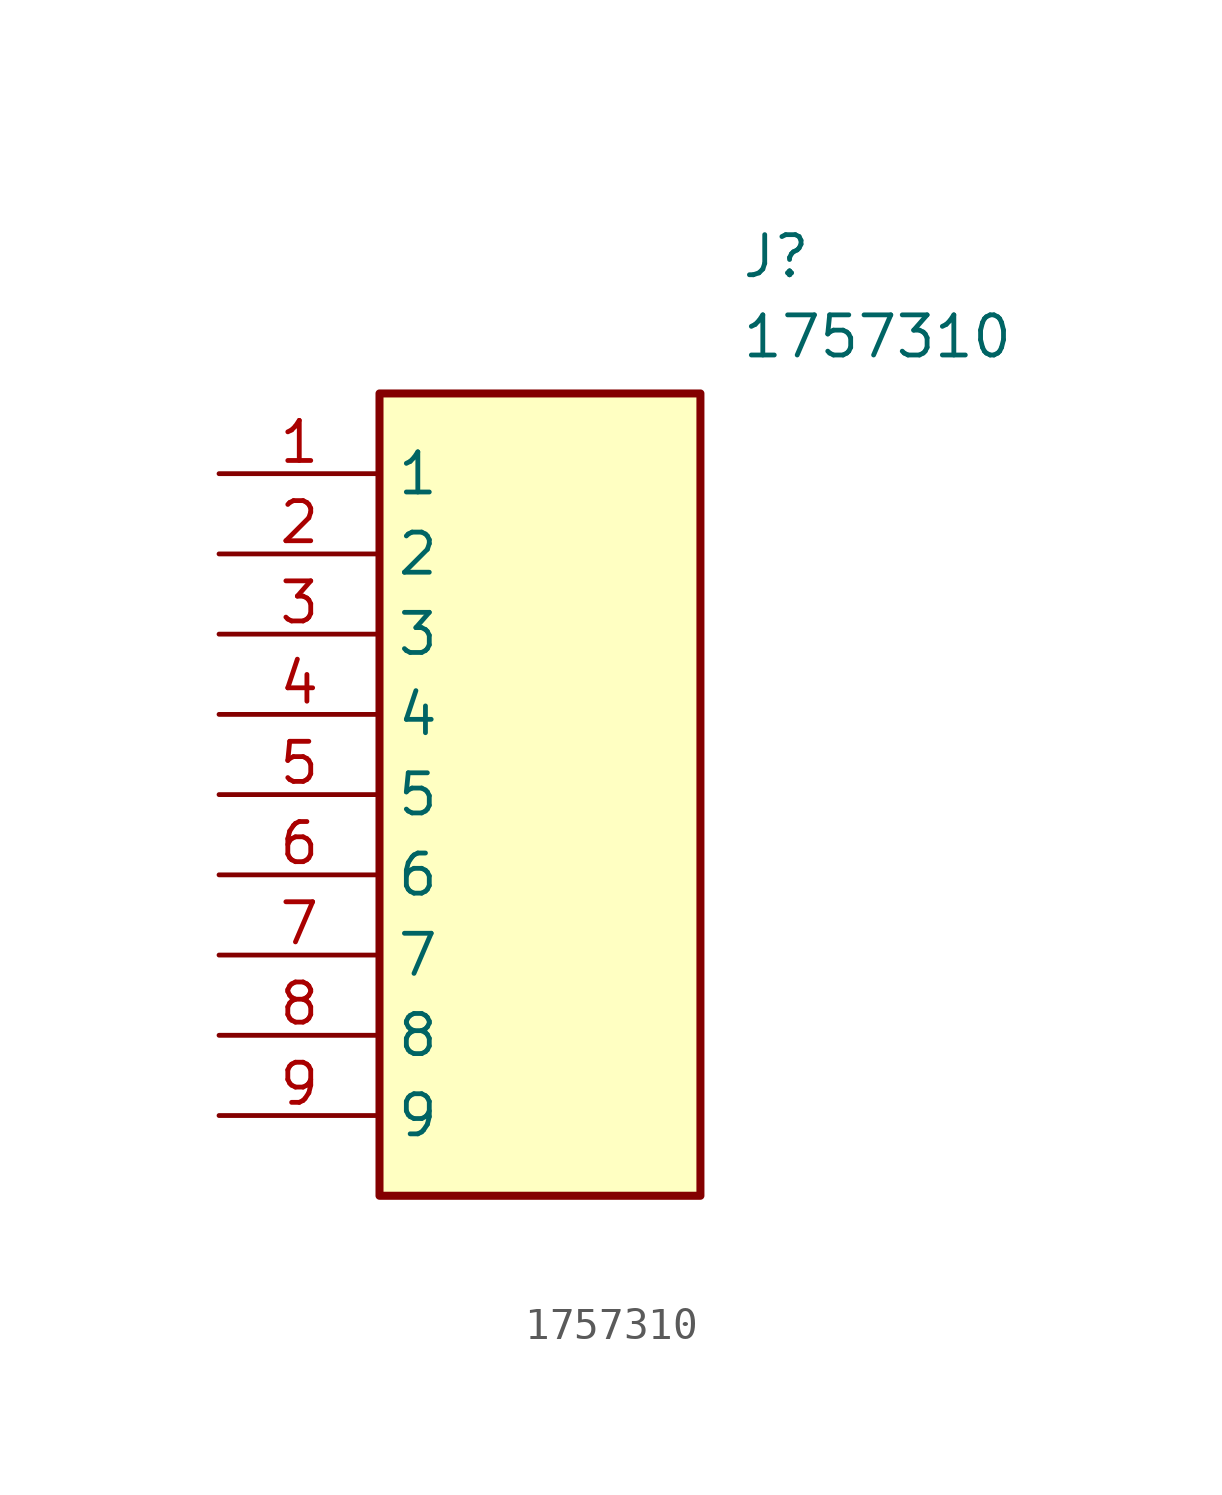
<source format=kicad_sym>
(kicad_symbol_lib
  (version 20231120)
  (generator "kicad_symbol_editor")
  (generator_version "8.0")
  (symbol "1757310"
    (property "Reference" "J"
      (at 16.51 7.62 0)
      (effects (font (size 1.27 1.27)) (justify left top)))
    (property "Value" "1757310"
      (at 16.51 5.08 0)
      (effects (font (size 1.27 1.27)) (justify left top)))
    (symbol "1757310_1_1"
      (rectangle (start 5.08 2.54) (end 15.24 -22.86) (stroke (width 0.254) (type default)) (fill (type background)))
      (pin passive line (at 0 0 0) (length 5.08) (name "1" (effects (font (size 1.27 1.27)))) (number "1" (effects (font (size 1.27 1.27)))))
      (pin passive line (at 0 -2.54 0) (length 5.08) (name "2" (effects (font (size 1.27 1.27)))) (number "2" (effects (font (size 1.27 1.27)))))
      (pin passive line (at 0 -5.08 0) (length 5.08) (name "3" (effects (font (size 1.27 1.27)))) (number "3" (effects (font (size 1.27 1.27)))))
      (pin passive line (at 0 -7.62 0) (length 5.08) (name "4" (effects (font (size 1.27 1.27)))) (number "4" (effects (font (size 1.27 1.27)))))
      (pin passive line (at 0 -10.16 0) (length 5.08) (name "5" (effects (font (size 1.27 1.27)))) (number "5" (effects (font (size 1.27 1.27)))))
      (pin passive line (at 0 -12.7 0) (length 5.08) (name "6" (effects (font (size 1.27 1.27)))) (number "6" (effects (font (size 1.27 1.27)))))
      (pin passive line (at 0 -15.24 0) (length 5.08) (name "7" (effects (font (size 1.27 1.27)))) (number "7" (effects (font (size 1.27 1.27)))))
      (pin passive line (at 0 -17.78 0) (length 5.08) (name "8" (effects (font (size 1.27 1.27)))) (number "8" (effects (font (size 1.27 1.27)))))
      (pin passive line (at 0 -20.32 0) (length 5.08) (name "9" (effects (font (size 1.27 1.27)))) (number "9" (effects (font (size 1.27 1.27))))))))
</source>
